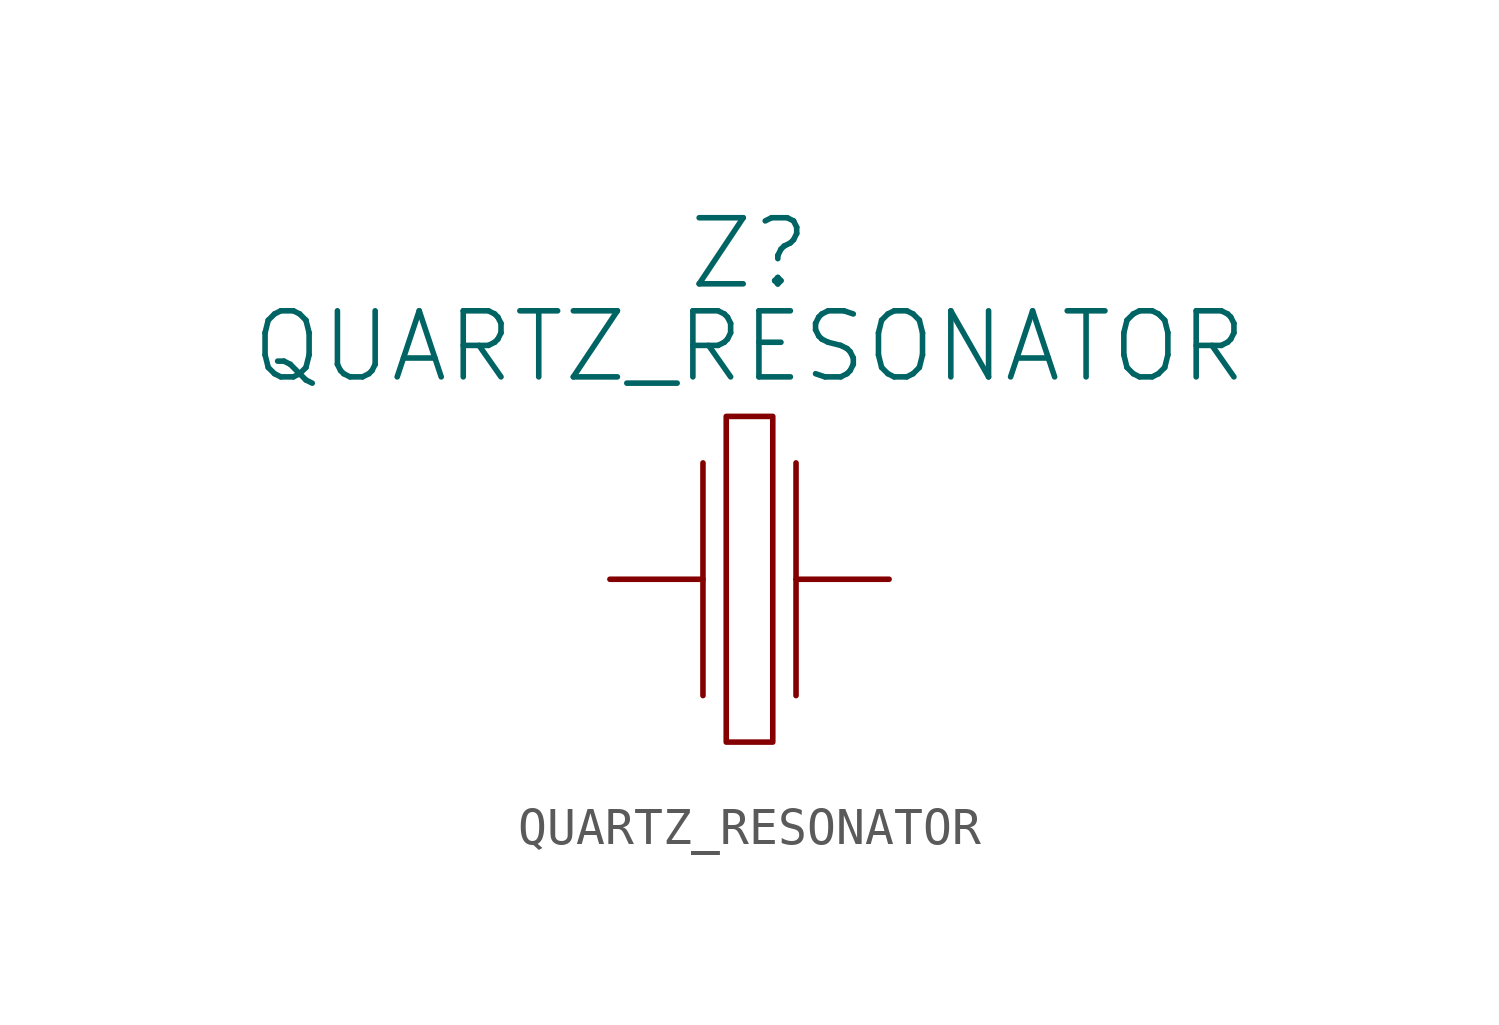
<source format=kicad_sym>
(kicad_symbol_lib
  (version 20211014)
  (generator kicad_symbol_editor)
  (symbol "QUARTZ_RESONATOR"
    (pin_numbers hide)
    (pin_names
      (offset 1.016))
    (property "Reference" "Z"
      (at 3.81 8.89 0)
      (effects (font (size 1.803 1.803))))
    (property "Value" "QUARTZ_RESONATOR"
      (at 3.81 6.35 0)
      (effects (font (size 1.803 1.803))))
    (property "Footprint" ""
      (at 0 0 0)
      (effects (font (size 1.524 1.524))))
    (property "Datasheet" ""
      (at 0 0 0)
      (effects (font (size 1.524 1.524))))
    (symbol "QUARTZ_RESONATOR_0_1"
      (polyline (pts (xy 2.54 3.175) (xy 2.54 -3.175)) (stroke (width 0) (type default) (color 0 0 0 0)) (fill (type none)))
      (polyline (pts (xy 5.08 3.175) (xy 5.08 -3.175)) (stroke (width 0) (type default) (color 0 0 0 0)) (fill (type none)))
      (rectangle (start 3.175 4.445) (end 4.445 -4.445) (stroke (width 0) (type default) (color 0 0 0 0)) (fill (type none))))
    (symbol "QUARTZ_RESONATOR_1_1"
      (pin passive line (at 0 0 0) (length 2.54) (name "~" (effects (font (size 1.27 1.27)))) (number "1" (effects (font (size 1.27 1.27)))))
      (pin passive line (at 7.62 0 180) (length 2.54) (name "~" (effects (font (size 1.27 1.27)))) (number "2" (effects (font (size 1.27 1.27))))))))
</source>
